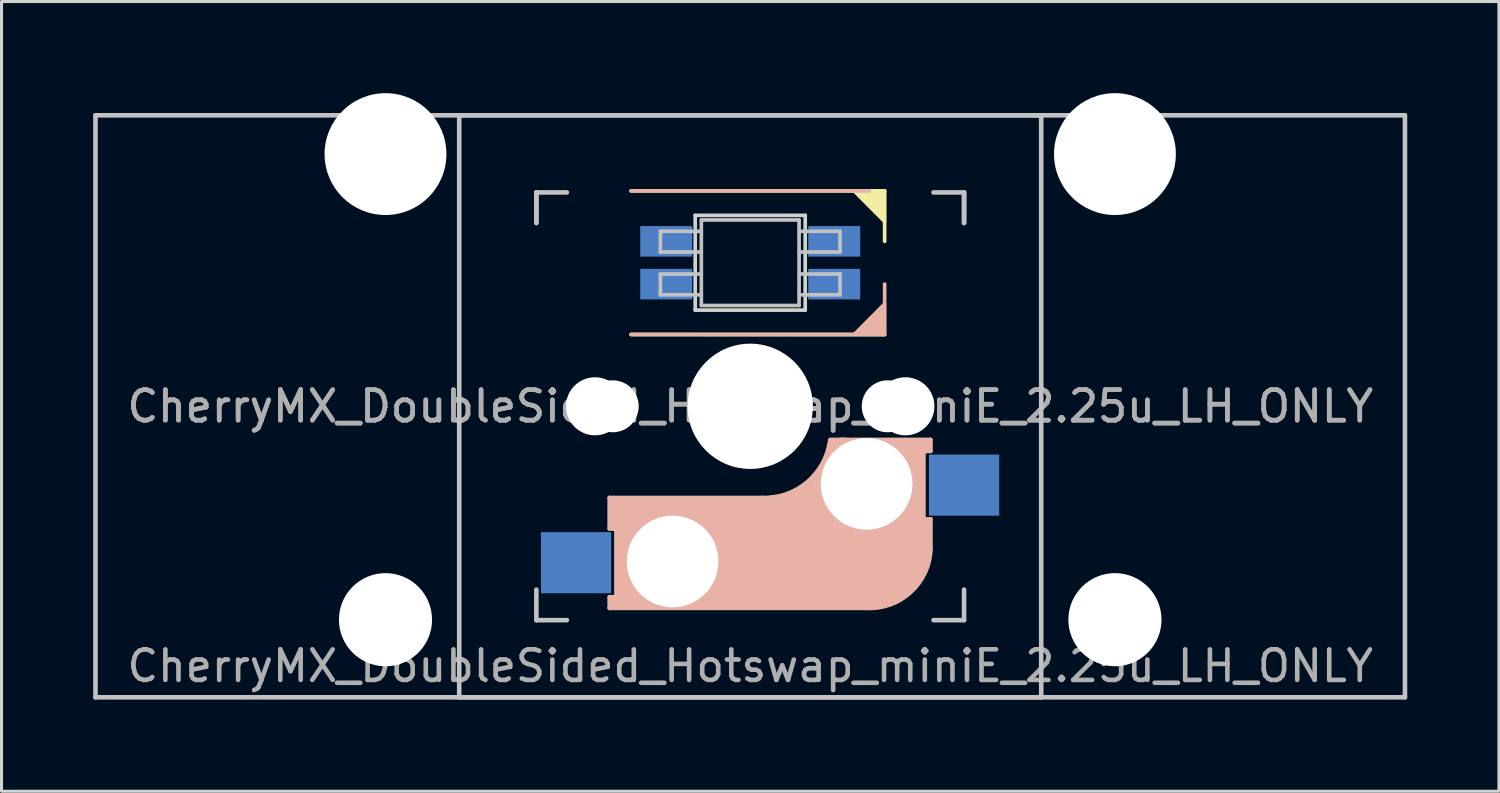
<source format=kicad_pcb>
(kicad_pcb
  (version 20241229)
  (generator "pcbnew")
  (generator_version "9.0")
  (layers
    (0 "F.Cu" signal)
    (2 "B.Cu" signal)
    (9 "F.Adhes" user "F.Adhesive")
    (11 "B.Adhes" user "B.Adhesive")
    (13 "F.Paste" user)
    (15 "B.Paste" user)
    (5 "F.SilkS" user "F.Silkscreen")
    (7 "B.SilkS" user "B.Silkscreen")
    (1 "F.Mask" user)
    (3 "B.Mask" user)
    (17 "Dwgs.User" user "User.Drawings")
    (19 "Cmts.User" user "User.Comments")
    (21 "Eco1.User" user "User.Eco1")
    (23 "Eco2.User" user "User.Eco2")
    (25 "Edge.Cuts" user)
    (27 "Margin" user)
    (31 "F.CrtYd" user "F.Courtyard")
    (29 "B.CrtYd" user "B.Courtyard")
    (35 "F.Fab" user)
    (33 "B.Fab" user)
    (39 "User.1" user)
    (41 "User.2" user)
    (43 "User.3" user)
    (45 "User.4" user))
  (footprint "CherryMX_DoubleSided_Hotswap_miniE_2.25u_LH_ONLY"
    (layer "F.Cu")
    (at 21.506 10.249)
    (property "Reference" "CherryMX_DoubleSided_Hotswap_miniE_2.25u_LH_ONLY" (at 0 8.5 0) (layer "F.Fab") (effects (font (size 1 1) (thickness 0.15))))
    (attr through_hole)
    (fp_line (start -3.9 -7.052) (end 4.4 -7.052) (stroke (width 0.12) (type solid)) (layer "F.SilkS"))
    (fp_line (start 4.4 -7.052) (end 4.4 -5.401) (stroke (width 0.12) (type solid)) (layer "F.SilkS"))
    (fp_line (start 4.4 -2.349) (end -3.9 -2.352) (stroke (width 0.12) (type solid)) (layer "F.SilkS"))
    (fp_poly (pts (xy 3.392 -7.049) (xy 4.4 -7.052) (xy 4.4 -6.036)) (stroke (width 0.1) (type solid)) (fill yes) (layer "F.SilkS"))
    (fp_line (start -4.6 3) (end -4.6 4) (stroke (width 0.15) (type solid)) (layer "B.SilkS"))
    (fp_line (start -4.6 4) (end -4.4 4) (stroke (width 0.15) (type solid)) (layer "B.SilkS"))
    (fp_line (start -4.6 6.25) (end -4.6 6.6) (stroke (width 0.15) (type solid)) (layer "B.SilkS"))
    (fp_line (start -4.6 6.6) (end 3.8 6.6) (stroke (width 0.15) (type solid)) (layer "B.SilkS"))
    (fp_line (start -4.4 3.9) (end -4.4 3.2) (stroke (width 0.4) (type solid)) (layer "B.SilkS"))
    (fp_line (start -4.4 6.25) (end -4.6 6.25) (stroke (width 0.15) (type solid)) (layer "B.SilkS"))
    (fp_line (start -4.4 6.4) (end -3 6.4) (stroke (width 0.4) (type solid)) (layer "B.SilkS"))
    (fp_line (start -4.38 4) (end -4.38 6.25) (stroke (width 0.15) (type solid)) (layer "B.SilkS"))
    (fp_line (start -4.3 3.3) (end -2.9 3.3) (stroke (width 0.5) (type solid)) (layer "B.SilkS"))
    (fp_line (start -3.9 -2.349) (end 4.4 -2.349) (stroke (width 0.12) (type solid)) (layer "B.SilkS"))
    (fp_line (start -3.9 6) (end -3.9 3.5) (stroke (width 1) (type solid)) (layer "B.SilkS"))
    (fp_line (start -2.6 4.8) (end 4.1 4.8) (stroke (width 3.5) (type solid)) (layer "B.SilkS"))
    (fp_line (start 0.4 3) (end -4.6 3) (stroke (width 0.15) (type solid)) (layer "B.SilkS"))
    (fp_line (start 3.9 -7.049) (end -3.9 -7.049) (stroke (width 0.12) (type solid)) (layer "B.SilkS"))
    (fp_line (start 4.17 5.1) (end 4.17 2.86) (stroke (width 3) (type solid)) (layer "B.SilkS"))
    (fp_line (start 4.4 -2.349) (end 4.4 -4) (stroke (width 0.12) (type solid)) (layer "B.SilkS"))
    (fp_line (start 5.3 1.6) (end 5.3 3.4) (stroke (width 0.8) (type solid)) (layer "B.SilkS"))
    (fp_line (start 5.67 3.7) (end 5.67 1.46) (stroke (width 0.15) (type solid)) (layer "B.SilkS"))
    (fp_line (start 5.7 1.3) (end 3 1.3) (stroke (width 0.5) (type solid)) (layer "B.SilkS"))
    (fp_line (start 5.7 1.46) (end 5.9 1.46) (stroke (width 0.15) (type solid)) (layer "B.SilkS"))
    (fp_line (start 5.8 3.8) (end 5.8 4.7) (stroke (width 0.3) (type solid)) (layer "B.SilkS"))
    (fp_line (start 5.9 1.1) (end 2.62 1.1) (stroke (width 0.15) (type solid)) (layer "B.SilkS"))
    (fp_line (start 5.9 1.1) (end 5.9 1.46) (stroke (width 0.15) (type solid)) (layer "B.SilkS"))
    (fp_line (start 5.9 3.7) (end 5.7 3.7) (stroke (width 0.15) (type solid)) (layer "B.SilkS"))
    (fp_line (start 5.9 4.7) (end 5.9 3.7) (stroke (width 0.15) (type solid)) (layer "B.SilkS"))
    (fp_arc (start 2.616318 1.121471) (mid 1.868709 2.486118) (end 0.4 3) (stroke (width 0.15) (type solid)) (layer "B.SilkS"))
    (fp_arc (start 3.016318 1.521471) (mid 2.268709 2.886118) (end 0.8 3.4) (stroke (width 1) (type solid)) (layer "B.SilkS"))
    (fp_arc (start 5.9 4.699999) (mid 5.243504 6.084924) (end 3.800001 6.6) (stroke (width 0.15) (type solid)) (layer "B.SilkS"))
    (fp_poly (pts (xy 4.4 -3.365) (xy 4.4 -2.349) (xy 3.392 -2.349)) (stroke (width 0.1) (type solid)) (fill yes) (layer "B.SilkS"))
    (fp_line (start -21.431 -9.525) (end 21.431 -9.525) (stroke (width 0.15) (type solid)) (layer "Dwgs.User"))
    (fp_line (start -21.431 9.525) (end -21.431 -9.525) (stroke (width 0.15) (type solid)) (layer "Dwgs.User"))
    (fp_line (start -9.525 -9.525) (end 9.525 -9.525) (stroke (width 0.15) (type solid)) (layer "Dwgs.User"))
    (fp_line (start -9.525 9.525) (end -9.525 -9.525) (stroke (width 0.15) (type solid)) (layer "Dwgs.User"))
    (fp_line (start -7 -7) (end -7 -6) (stroke (width 0.15) (type solid)) (layer "Dwgs.User"))
    (fp_line (start -7 -7) (end -6 -7) (stroke (width 0.15) (type solid)) (layer "Dwgs.User"))
    (fp_line (start -7 -6) (end -7 -7) (stroke (width 0.15) (type solid)) (layer "Dwgs.User"))
    (fp_line (start -7 7) (end -7 6) (stroke (width 0.15) (type solid)) (layer "Dwgs.User"))
    (fp_line (start -7 7) (end -6 7) (stroke (width 0.15) (type solid)) (layer "Dwgs.User"))
    (fp_line (start -2.94 -5.729) (end -2.94 -5.049) (stroke (width 0.12) (type solid)) (layer "Dwgs.User"))
    (fp_line (start -2.94 -5.049) (end -1.6 -5.049) (stroke (width 0.12) (type solid)) (layer "Dwgs.User"))
    (fp_line (start -2.94 -4.329) (end -2.94 -3.649) (stroke (width 0.12) (type solid)) (layer "Dwgs.User"))
    (fp_line (start -2.94 -3.649) (end -1.6 -3.649) (stroke (width 0.12) (type solid)) (layer "Dwgs.User"))
    (fp_line (start -1.6 -5.729) (end -2.94 -5.729) (stroke (width 0.12) (type solid)) (layer "Dwgs.User"))
    (fp_line (start -1.6 -4.329) (end -2.94 -4.329) (stroke (width 0.12) (type solid)) (layer "Dwgs.User"))
    (fp_line (start -1.6 -3.299) (end -1.6 -6.099) (stroke (width 0.12) (type solid)) (layer "Dwgs.User"))
    (fp_line (start 1.6 -6.099) (end -1.6 -6.099) (stroke (width 0.12) (type solid)) (layer "Dwgs.User"))
    (fp_line (start 1.6 -5.049) (end 2.94 -5.049) (stroke (width 0.12) (type solid)) (layer "Dwgs.User"))
    (fp_line (start 1.6 -3.649) (end 2.94 -3.649) (stroke (width 0.12) (type solid)) (layer "Dwgs.User"))
    (fp_line (start 1.6 -3.299) (end -1.6 -3.299) (stroke (width 0.12) (type solid)) (layer "Dwgs.User"))
    (fp_line (start 1.6 -3.299) (end 1.6 -6.099) (stroke (width 0.12) (type solid)) (layer "Dwgs.User"))
    (fp_line (start 2.94 -5.729) (end 1.6 -5.729) (stroke (width 0.12) (type solid)) (layer "Dwgs.User"))
    (fp_line (start 2.94 -5.049) (end 2.94 -5.729) (stroke (width 0.12) (type solid)) (layer "Dwgs.User"))
    (fp_line (start 2.94 -4.329) (end 1.6 -4.329) (stroke (width 0.12) (type solid)) (layer "Dwgs.User"))
    (fp_line (start 2.94 -3.649) (end 2.94 -4.329) (stroke (width 0.12) (type solid)) (layer "Dwgs.User"))
    (fp_line (start 7 -7) (end 6 -7) (stroke (width 0.15) (type solid)) (layer "Dwgs.User"))
    (fp_line (start 7 -6) (end 7 -7) (stroke (width 0.15) (type solid)) (layer "Dwgs.User"))
    (fp_line (start 7 -6) (end 7 -7) (stroke (width 0.15) (type solid)) (layer "Dwgs.User"))
    (fp_line (start 7 6) (end 7 7) (stroke (width 0.15) (type solid)) (layer "Dwgs.User"))
    (fp_line (start 7 7) (end 6 7) (stroke (width 0.15) (type solid)) (layer "Dwgs.User"))
    (fp_line (start 9.525 -9.525) (end 9.525 9.525) (stroke (width 0.15) (type solid)) (layer "Dwgs.User"))
    (fp_line (start 9.525 9.525) (end -9.525 9.525) (stroke (width 0.15) (type solid)) (layer "Dwgs.User"))
    (fp_line (start 21.431 -9.525) (end 21.431 9.525) (stroke (width 0.15) (type solid)) (layer "Dwgs.User"))
    (fp_line (start 21.431 9.525) (end -21.431 9.525) (stroke (width 0.15) (type solid)) (layer "Dwgs.User"))
    (fp_line (start -1.8 -6.249) (end -1.8 -3.149) (stroke (width 0.12) (type solid)) (layer "Edge.Cuts"))
    (fp_line (start -1.8 -3.149) (end 1.8 -3.149) (stroke (width 0.12) (type solid)) (layer "Edge.Cuts"))
    (fp_line (start 1.8 -6.249) (end -1.8 -6.249) (stroke (width 0.12) (type solid)) (layer "Edge.Cuts"))
    (fp_line (start 1.8 -3.149) (end 1.8 -6.249) (stroke (width 0.12) (type solid)) (layer "Edge.Cuts"))
    (fp_text user "${REFERENCE}" (at 0 0 180) (layer "F.Fab") (effects (font (size 1 1) (thickness 0.15))))
    (fp_text user "${REFERENCE}" (at 0 0 180) (layer "F.Fab") (effects (font (size 1 1) (thickness 0.15))))
    (pad "" np_thru_hole circle (at -11.938 -8.255) (size 3.988 3.988) (drill 3.988) (layers "*.Cu" "*.Mask"))
    (pad "" np_thru_hole circle (at -11.938 6.985) (size 3.048 3.048) (drill 3.048) (layers "*.Cu" "*.Mask"))
    (pad "" np_thru_hole circle (at -5.08 0 180) (size 1.9 1.9) (drill 1.9) (layers "*.Cu" "*.Mask"))
    (pad "" np_thru_hole circle (at -4.5 0 180) (size 1.7 1.7) (drill 1.7) (layers "*.Cu" "*.Mask"))
    (pad "" np_thru_hole circle (at -2.54 5.08) (size 3 3) (drill 3) (layers "*.Cu" "*.Mask"))
    (pad "" np_thru_hole circle (at 0 0 270) (size 4.1 4.1) (drill 4.1) (layers "*.Cu" "*.Mask"))
    (pad "" np_thru_hole circle (at 3.81 2.54) (size 3 3) (drill 3) (layers "*.Cu" "*.Mask"))
    (pad "" np_thru_hole circle (at 4.5 0 180) (size 1.7 1.7) (drill 1.7) (layers "*.Cu" "*.Mask"))
    (pad "" np_thru_hole circle (at 5.08 0 180) (size 1.9 1.9) (drill 1.9) (layers "*.Cu" "*.Mask"))
    (pad "" np_thru_hole circle (at 11.938 -8.255) (size 3.988 3.988) (drill 3.988) (layers "*.Cu" "*.Mask"))
    (pad "" np_thru_hole circle (at 11.938 6.985) (size 3.048 3.048) (drill 3.048) (layers "*.Cu" "*.Mask"))
    (pad "1" smd rect (at -2.75 -5.399 180) (size 1.7 1) (layers "B.Cu" "B.Mask" "B.Paste"))
    (pad "2" smd rect (at -2.75 -3.999 180) (size 1.7 1) (layers "B.Cu" "B.Mask" "B.Paste"))
    (pad "3" smd rect (at 2.75 -3.999 180) (size 1.7 1) (layers "B.Cu" "B.Mask" "B.Paste"))
    (pad "4" smd rect (at 2.75 -5.399 180) (size 1.7 1) (layers "B.Cu" "B.Mask" "B.Paste"))
    (pad "5" smd rect (at -5.7 5.12) (size 2.3 2) (layers "B.Cu" "B.Mask" "B.Paste"))
    (pad "6" smd rect (at 7 2.58) (size 2.3 2) (layers "B.Cu" "B.Mask" "B.Paste")))
  (gr_rect
    (start -3 -3)
    (end 46.013 22.849)
    (stroke (width 0.1) (type default))
    (fill no)
    (layer "Edge.Cuts")))
</source>
